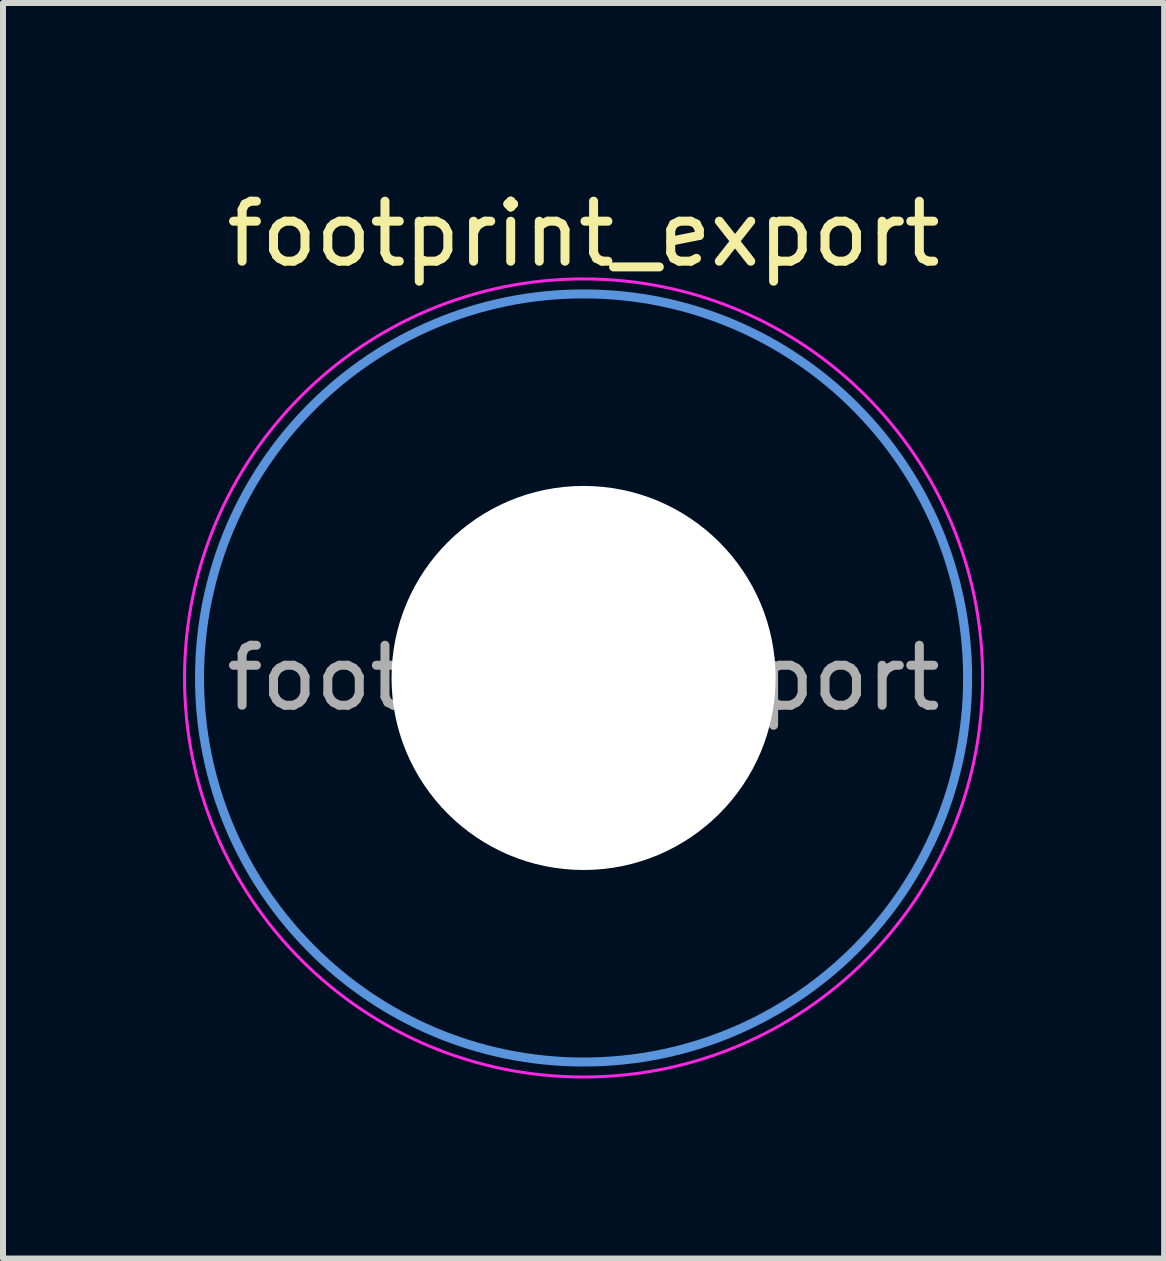
<source format=kicad_pcb>
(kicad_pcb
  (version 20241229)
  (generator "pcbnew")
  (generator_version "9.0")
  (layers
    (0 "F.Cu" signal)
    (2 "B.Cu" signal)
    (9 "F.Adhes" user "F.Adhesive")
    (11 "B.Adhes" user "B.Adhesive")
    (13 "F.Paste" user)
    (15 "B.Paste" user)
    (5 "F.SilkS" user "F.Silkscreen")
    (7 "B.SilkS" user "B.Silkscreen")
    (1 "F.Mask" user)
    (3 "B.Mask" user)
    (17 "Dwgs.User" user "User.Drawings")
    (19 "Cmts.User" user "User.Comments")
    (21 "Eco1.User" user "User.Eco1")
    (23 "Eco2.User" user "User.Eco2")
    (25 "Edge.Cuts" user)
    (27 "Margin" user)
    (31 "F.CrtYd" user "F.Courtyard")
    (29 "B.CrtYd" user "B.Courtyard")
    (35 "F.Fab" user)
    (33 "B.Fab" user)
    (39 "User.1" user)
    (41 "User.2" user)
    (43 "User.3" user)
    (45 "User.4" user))
  (footprint "footprint_export"
    (layer "F.Cu")
    (at 6.675 8.248)
    (property "Reference" "footprint_export" (at 0 -7.4 0) (layer "F.SilkS") (effects (font (size 1 1) (thickness 0.15))))
    (attr exclude_from_pos_files exclude_from_bom)
    (fp_circle (center 0 0) (end 6.4 0) (stroke (width 0.15) (type solid)) (fill no) (layer "Cmts.User"))
    (fp_circle (center 0 0) (end 6.65 0) (stroke (width 0.05) (type solid)) (fill no) (layer "F.CrtYd"))
    (fp_text user "${REFERENCE}" (at 0 0 0) (layer "F.Fab") (effects (font (size 1 1) (thickness 0.15))))
    (pad "" np_thru_hole circle (at 0 0) (size 6.4 6.4) (drill 6.4) (layers "*.Cu" "*.Mask")))
  (gr_rect
    (start -3 -3)
    (end 16.35 17.923)
    (stroke (width 0.1) (type default))
    (fill no)
    (layer "Edge.Cuts")))
</source>
